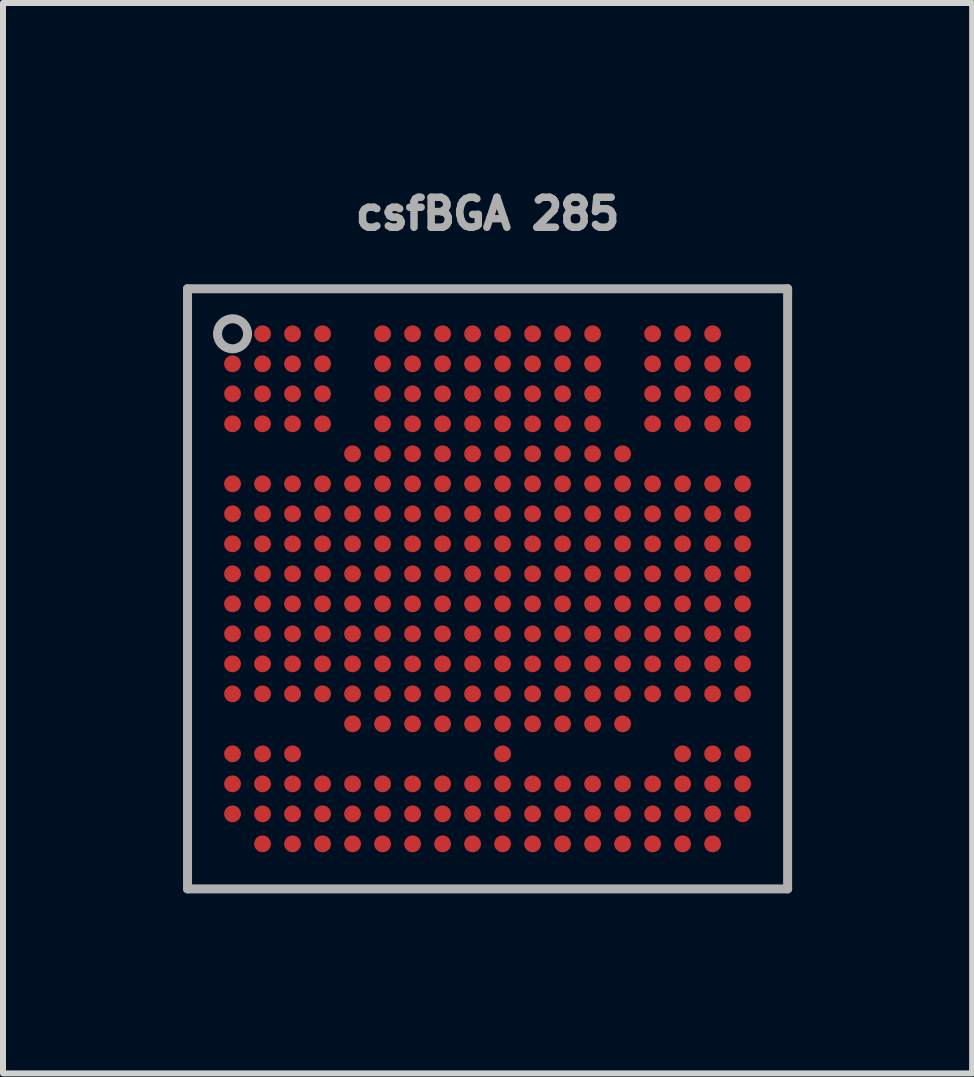
<source format=kicad_pcb>
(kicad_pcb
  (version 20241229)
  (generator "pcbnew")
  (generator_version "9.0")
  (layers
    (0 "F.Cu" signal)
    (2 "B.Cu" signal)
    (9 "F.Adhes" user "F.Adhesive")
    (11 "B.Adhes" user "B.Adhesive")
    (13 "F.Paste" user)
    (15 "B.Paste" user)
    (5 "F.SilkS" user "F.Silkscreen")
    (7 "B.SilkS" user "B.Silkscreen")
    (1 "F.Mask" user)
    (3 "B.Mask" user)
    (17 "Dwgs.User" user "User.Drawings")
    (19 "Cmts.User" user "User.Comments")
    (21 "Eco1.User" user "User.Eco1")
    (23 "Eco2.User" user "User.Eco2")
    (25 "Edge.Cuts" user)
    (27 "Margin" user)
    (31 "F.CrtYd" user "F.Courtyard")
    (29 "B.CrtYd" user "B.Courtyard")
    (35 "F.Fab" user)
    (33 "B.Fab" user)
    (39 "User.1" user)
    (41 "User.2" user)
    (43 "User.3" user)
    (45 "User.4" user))
  (footprint "csfBGA 285"
    (layer "F.Cu")
    (at 5.075 6.762)
    (property "Reference" "csfBGA 285" (at 0 -6.25 0) (layer "F.Fab") (effects (font (size 0.5 0.5) (thickness 0.125))))
    (attr through_hole)
    (fp_line (start -5 -5) (end -5 5) (stroke (width 0.15) (type solid)) (layer "F.Fab"))
    (fp_line (start -5 5) (end 5 5) (stroke (width 0.15) (type solid)) (layer "F.Fab"))
    (fp_line (start 5 -5) (end -5 -5) (stroke (width 0.15) (type solid)) (layer "F.Fab"))
    (fp_line (start 5 5) (end 5 -5) (stroke (width 0.15) (type solid)) (layer "F.Fab"))
    (fp_circle (center -4.25 -4.25) (end -4.25 -4) (stroke (width 0.15) (type solid)) (fill no) (layer "F.Fab"))
    (pad "A2" smd circle (at -3.75 -4.25) (size 0.28 0.28) (layers "F.Cu" "F.Mask" "F.Paste"))
    (pad "A3" smd circle (at -3.25 -4.25) (size 0.28 0.28) (layers "F.Cu" "F.Mask" "F.Paste"))
    (pad "A4" smd circle (at -2.75 -4.25) (size 0.28 0.28) (layers "F.Cu" "F.Mask" "F.Paste"))
    (pad "A6" smd circle (at -1.75 -4.25) (size 0.28 0.28) (layers "F.Cu" "F.Mask" "F.Paste"))
    (pad "A7" smd circle (at -1.25 -4.25) (size 0.28 0.28) (layers "F.Cu" "F.Mask" "F.Paste"))
    (pad "A8" smd circle (at -0.75 -4.25) (size 0.28 0.28) (layers "F.Cu" "F.Mask" "F.Paste"))
    (pad "A9" smd circle (at -0.25 -4.25) (size 0.28 0.28) (layers "F.Cu" "F.Mask" "F.Paste"))
    (pad "A10" smd circle (at 0.25 -4.25) (size 0.28 0.28) (layers "F.Cu" "F.Mask" "F.Paste"))
    (pad "A11" smd circle (at 0.75 -4.25) (size 0.28 0.28) (layers "F.Cu" "F.Mask" "F.Paste"))
    (pad "A12" smd circle (at 1.25 -4.25) (size 0.28 0.28) (layers "F.Cu" "F.Mask" "F.Paste"))
    (pad "A13" smd circle (at 1.75 -4.25) (size 0.28 0.28) (layers "F.Cu" "F.Mask" "F.Paste"))
    (pad "A15" smd circle (at 2.75 -4.25) (size 0.28 0.28) (layers "F.Cu" "F.Mask" "F.Paste"))
    (pad "A16" smd circle (at 3.25 -4.25) (size 0.28 0.28) (layers "F.Cu" "F.Mask" "F.Paste"))
    (pad "A17" smd circle (at 3.75 -4.25) (size 0.28 0.28) (layers "F.Cu" "F.Mask" "F.Paste"))
    (pad "B1" smd circle (at -4.25 -3.75) (size 0.28 0.28) (layers "F.Cu" "F.Mask" "F.Paste"))
    (pad "B2" smd circle (at -3.75 -3.75) (size 0.28 0.28) (layers "F.Cu" "F.Mask" "F.Paste"))
    (pad "B3" smd circle (at -3.25 -3.75) (size 0.28 0.28) (layers "F.Cu" "F.Mask" "F.Paste"))
    (pad "B4" smd circle (at -2.75 -3.75) (size 0.28 0.28) (layers "F.Cu" "F.Mask" "F.Paste"))
    (pad "B6" smd circle (at -1.75 -3.75) (size 0.28 0.28) (layers "F.Cu" "F.Mask" "F.Paste"))
    (pad "B7" smd circle (at -1.25 -3.75) (size 0.28 0.28) (layers "F.Cu" "F.Mask" "F.Paste"))
    (pad "B8" smd circle (at -0.75 -3.75) (size 0.28 0.28) (layers "F.Cu" "F.Mask" "F.Paste"))
    (pad "B9" smd circle (at -0.25 -3.75) (size 0.28 0.28) (layers "F.Cu" "F.Mask" "F.Paste"))
    (pad "B10" smd circle (at 0.25 -3.75) (size 0.28 0.28) (layers "F.Cu" "F.Mask" "F.Paste"))
    (pad "B11" smd circle (at 0.75 -3.75) (size 0.28 0.28) (layers "F.Cu" "F.Mask" "F.Paste"))
    (pad "B12" smd circle (at 1.25 -3.75) (size 0.28 0.28) (layers "F.Cu" "F.Mask" "F.Paste"))
    (pad "B13" smd circle (at 1.75 -3.75) (size 0.28 0.28) (layers "F.Cu" "F.Mask" "F.Paste"))
    (pad "B15" smd circle (at 2.75 -3.75) (size 0.28 0.28) (layers "F.Cu" "F.Mask" "F.Paste"))
    (pad "B16" smd circle (at 3.25 -3.75) (size 0.28 0.28) (layers "F.Cu" "F.Mask" "F.Paste"))
    (pad "B17" smd circle (at 3.75 -3.75) (size 0.28 0.28) (layers "F.Cu" "F.Mask" "F.Paste"))
    (pad "B18" smd circle (at 4.25 -3.75) (size 0.28 0.28) (layers "F.Cu" "F.Mask" "F.Paste"))
    (pad "C1" smd circle (at -4.25 -3.25) (size 0.28 0.28) (layers "F.Cu" "F.Mask" "F.Paste"))
    (pad "C2" smd circle (at -3.75 -3.25) (size 0.28 0.28) (layers "F.Cu" "F.Mask" "F.Paste"))
    (pad "C3" smd circle (at -3.25 -3.25) (size 0.28 0.28) (layers "F.Cu" "F.Mask" "F.Paste"))
    (pad "C4" smd circle (at -2.75 -3.25) (size 0.28 0.28) (layers "F.Cu" "F.Mask" "F.Paste"))
    (pad "C6" smd circle (at -1.75 -3.25) (size 0.28 0.28) (layers "F.Cu" "F.Mask" "F.Paste"))
    (pad "C7" smd circle (at -1.25 -3.25) (size 0.28 0.28) (layers "F.Cu" "F.Mask" "F.Paste"))
    (pad "C8" smd circle (at -0.75 -3.25) (size 0.28 0.28) (layers "F.Cu" "F.Mask" "F.Paste"))
    (pad "C9" smd circle (at -0.25 -3.25) (size 0.28 0.28) (layers "F.Cu" "F.Mask" "F.Paste"))
    (pad "C10" smd circle (at 0.25 -3.25) (size 0.28 0.28) (layers "F.Cu" "F.Mask" "F.Paste"))
    (pad "C11" smd circle (at 0.75 -3.25) (size 0.28 0.28) (layers "F.Cu" "F.Mask" "F.Paste"))
    (pad "C12" smd circle (at 1.25 -3.25) (size 0.28 0.28) (layers "F.Cu" "F.Mask" "F.Paste"))
    (pad "C13" smd circle (at 1.75 -3.25) (size 0.28 0.28) (layers "F.Cu" "F.Mask" "F.Paste"))
    (pad "C15" smd circle (at 2.75 -3.25) (size 0.28 0.28) (layers "F.Cu" "F.Mask" "F.Paste"))
    (pad "C16" smd circle (at 3.25 -3.25) (size 0.28 0.28) (layers "F.Cu" "F.Mask" "F.Paste"))
    (pad "C17" smd circle (at 3.75 -3.25) (size 0.28 0.28) (layers "F.Cu" "F.Mask" "F.Paste"))
    (pad "C18" smd circle (at 4.25 -3.25) (size 0.28 0.28) (layers "F.Cu" "F.Mask" "F.Paste"))
    (pad "D1" smd circle (at -4.25 -2.75) (size 0.28 0.28) (layers "F.Cu" "F.Mask" "F.Paste"))
    (pad "D2" smd circle (at -3.75 -2.75) (size 0.28 0.28) (layers "F.Cu" "F.Mask" "F.Paste"))
    (pad "D3" smd circle (at -3.25 -2.75) (size 0.28 0.28) (layers "F.Cu" "F.Mask" "F.Paste"))
    (pad "D4" smd circle (at -2.75 -2.75) (size 0.28 0.28) (layers "F.Cu" "F.Mask" "F.Paste"))
    (pad "D6" smd circle (at -1.75 -2.75) (size 0.28 0.28) (layers "F.Cu" "F.Mask" "F.Paste"))
    (pad "D7" smd circle (at -1.25 -2.75) (size 0.28 0.28) (layers "F.Cu" "F.Mask" "F.Paste"))
    (pad "D8" smd circle (at -0.75 -2.75) (size 0.28 0.28) (layers "F.Cu" "F.Mask" "F.Paste"))
    (pad "D9" smd circle (at -0.25 -2.75) (size 0.28 0.28) (layers "F.Cu" "F.Mask" "F.Paste"))
    (pad "D10" smd circle (at 0.25 -2.75) (size 0.28 0.28) (layers "F.Cu" "F.Mask" "F.Paste"))
    (pad "D11" smd circle (at 0.75 -2.75) (size 0.28 0.28) (layers "F.Cu" "F.Mask" "F.Paste"))
    (pad "D12" smd circle (at 1.25 -2.75) (size 0.28 0.28) (layers "F.Cu" "F.Mask" "F.Paste"))
    (pad "D13" smd circle (at 1.75 -2.75) (size 0.28 0.28) (layers "F.Cu" "F.Mask" "F.Paste"))
    (pad "D15" smd circle (at 2.75 -2.75) (size 0.28 0.28) (layers "F.Cu" "F.Mask" "F.Paste"))
    (pad "D16" smd circle (at 3.25 -2.75) (size 0.28 0.28) (layers "F.Cu" "F.Mask" "F.Paste"))
    (pad "D17" smd circle (at 3.75 -2.75) (size 0.28 0.28) (layers "F.Cu" "F.Mask" "F.Paste"))
    (pad "D18" smd circle (at 4.25 -2.75) (size 0.28 0.28) (layers "F.Cu" "F.Mask" "F.Paste"))
    (pad "E5" smd circle (at -2.25 -2.25) (size 0.28 0.28) (layers "F.Cu" "F.Mask" "F.Paste"))
    (pad "E6" smd circle (at -1.75 -2.25) (size 0.28 0.28) (layers "F.Cu" "F.Mask" "F.Paste"))
    (pad "E7" smd circle (at -1.25 -2.25) (size 0.28 0.28) (layers "F.Cu" "F.Mask" "F.Paste"))
    (pad "E8" smd circle (at -0.75 -2.25) (size 0.28 0.28) (layers "F.Cu" "F.Mask" "F.Paste"))
    (pad "E9" smd circle (at -0.25 -2.25) (size 0.28 0.28) (layers "F.Cu" "F.Mask" "F.Paste"))
    (pad "E10" smd circle (at 0.25 -2.25) (size 0.28 0.28) (layers "F.Cu" "F.Mask" "F.Paste"))
    (pad "E11" smd circle (at 0.75 -2.25) (size 0.28 0.28) (layers "F.Cu" "F.Mask" "F.Paste"))
    (pad "E12" smd circle (at 1.25 -2.25) (size 0.28 0.28) (layers "F.Cu" "F.Mask" "F.Paste"))
    (pad "E13" smd circle (at 1.75 -2.25) (size 0.28 0.28) (layers "F.Cu" "F.Mask" "F.Paste"))
    (pad "E14" smd circle (at 2.25 -2.25) (size 0.28 0.28) (layers "F.Cu" "F.Mask" "F.Paste"))
    (pad "F1" smd circle (at -4.25 -1.75) (size 0.28 0.28) (layers "F.Cu" "F.Mask" "F.Paste"))
    (pad "F2" smd circle (at -3.75 -1.75) (size 0.28 0.28) (layers "F.Cu" "F.Mask" "F.Paste"))
    (pad "F3" smd circle (at -3.25 -1.75) (size 0.28 0.28) (layers "F.Cu" "F.Mask" "F.Paste"))
    (pad "F4" smd circle (at -2.75 -1.75) (size 0.28 0.28) (layers "F.Cu" "F.Mask" "F.Paste"))
    (pad "F5" smd circle (at -2.25 -1.75) (size 0.28 0.28) (layers "F.Cu" "F.Mask" "F.Paste"))
    (pad "F6" smd circle (at -1.75 -1.75) (size 0.28 0.28) (layers "F.Cu" "F.Mask" "F.Paste"))
    (pad "F7" smd circle (at -1.25 -1.75) (size 0.28 0.28) (layers "F.Cu" "F.Mask" "F.Paste"))
    (pad "F8" smd circle (at -0.75 -1.75) (size 0.28 0.28) (layers "F.Cu" "F.Mask" "F.Paste"))
    (pad "F9" smd circle (at -0.25 -1.75) (size 0.28 0.28) (layers "F.Cu" "F.Mask" "F.Paste"))
    (pad "F10" smd circle (at 0.25 -1.75) (size 0.28 0.28) (layers "F.Cu" "F.Mask" "F.Paste"))
    (pad "F11" smd circle (at 0.75 -1.75) (size 0.28 0.28) (layers "F.Cu" "F.Mask" "F.Paste"))
    (pad "F12" smd circle (at 1.25 -1.75) (size 0.28 0.28) (layers "F.Cu" "F.Mask" "F.Paste"))
    (pad "F13" smd circle (at 1.75 -1.75) (size 0.28 0.28) (layers "F.Cu" "F.Mask" "F.Paste"))
    (pad "F14" smd circle (at 2.25 -1.75) (size 0.28 0.28) (layers "F.Cu" "F.Mask" "F.Paste"))
    (pad "F15" smd circle (at 2.75 -1.75) (size 0.28 0.28) (layers "F.Cu" "F.Mask" "F.Paste"))
    (pad "F16" smd circle (at 3.25 -1.75) (size 0.28 0.28) (layers "F.Cu" "F.Mask" "F.Paste"))
    (pad "F17" smd circle (at 3.75 -1.75) (size 0.28 0.28) (layers "F.Cu" "F.Mask" "F.Paste"))
    (pad "F18" smd circle (at 4.25 -1.75) (size 0.28 0.28) (layers "F.Cu" "F.Mask" "F.Paste"))
    (pad "G1" smd circle (at -4.25 -1.25) (size 0.28 0.28) (layers "F.Cu" "F.Mask" "F.Paste"))
    (pad "G2" smd circle (at -3.75 -1.25) (size 0.28 0.28) (layers "F.Cu" "F.Mask" "F.Paste"))
    (pad "G3" smd circle (at -3.25 -1.25) (size 0.28 0.28) (layers "F.Cu" "F.Mask" "F.Paste"))
    (pad "G4" smd circle (at -2.75 -1.25) (size 0.28 0.28) (layers "F.Cu" "F.Mask" "F.Paste"))
    (pad "G5" smd circle (at -2.25 -1.25) (size 0.28 0.28) (layers "F.Cu" "F.Mask" "F.Paste"))
    (pad "G6" smd circle (at -1.75 -1.25) (size 0.28 0.28) (layers "F.Cu" "F.Mask" "F.Paste"))
    (pad "G7" smd circle (at -1.25 -1.25) (size 0.28 0.28) (layers "F.Cu" "F.Mask" "F.Paste"))
    (pad "G8" smd circle (at -0.75 -1.25) (size 0.28 0.28) (layers "F.Cu" "F.Mask" "F.Paste"))
    (pad "G9" smd circle (at -0.25 -1.25) (size 0.28 0.28) (layers "F.Cu" "F.Mask" "F.Paste"))
    (pad "G10" smd circle (at 0.25 -1.25) (size 0.28 0.28) (layers "F.Cu" "F.Mask" "F.Paste"))
    (pad "G11" smd circle (at 0.75 -1.25) (size 0.28 0.28) (layers "F.Cu" "F.Mask" "F.Paste"))
    (pad "G12" smd circle (at 1.25 -1.25) (size 0.28 0.28) (layers "F.Cu" "F.Mask" "F.Paste"))
    (pad "G13" smd circle (at 1.75 -1.25) (size 0.28 0.28) (layers "F.Cu" "F.Mask" "F.Paste"))
    (pad "G14" smd circle (at 2.25 -1.25) (size 0.28 0.28) (layers "F.Cu" "F.Mask" "F.Paste"))
    (pad "G15" smd circle (at 2.75 -1.25) (size 0.28 0.28) (layers "F.Cu" "F.Mask" "F.Paste"))
    (pad "G16" smd circle (at 3.25 -1.25) (size 0.28 0.28) (layers "F.Cu" "F.Mask" "F.Paste"))
    (pad "G17" smd circle (at 3.75 -1.25) (size 0.28 0.28) (layers "F.Cu" "F.Mask" "F.Paste"))
    (pad "G18" smd circle (at 4.25 -1.25) (size 0.28 0.28) (layers "F.Cu" "F.Mask" "F.Paste"))
    (pad "H1" smd circle (at -4.25 -0.75) (size 0.28 0.28) (layers "F.Cu" "F.Mask" "F.Paste"))
    (pad "H2" smd circle (at -3.75 -0.75) (size 0.28 0.28) (layers "F.Cu" "F.Mask" "F.Paste"))
    (pad "H3" smd circle (at -3.25 -0.75) (size 0.28 0.28) (layers "F.Cu" "F.Mask" "F.Paste"))
    (pad "H4" smd circle (at -2.75 -0.75) (size 0.28 0.28) (layers "F.Cu" "F.Mask" "F.Paste"))
    (pad "H5" smd circle (at -2.25 -0.75) (size 0.28 0.28) (layers "F.Cu" "F.Mask" "F.Paste"))
    (pad "H6" smd circle (at -1.75 -0.75) (size 0.28 0.28) (layers "F.Cu" "F.Mask" "F.Paste"))
    (pad "H7" smd circle (at -1.25 -0.75) (size 0.28 0.28) (layers "F.Cu" "F.Mask" "F.Paste"))
    (pad "H8" smd circle (at -0.75 -0.75) (size 0.28 0.28) (layers "F.Cu" "F.Mask" "F.Paste"))
    (pad "H9" smd circle (at -0.25 -0.75) (size 0.28 0.28) (layers "F.Cu" "F.Mask" "F.Paste"))
    (pad "H10" smd circle (at 0.25 -0.75) (size 0.28 0.28) (layers "F.Cu" "F.Mask" "F.Paste"))
    (pad "H11" smd circle (at 0.75 -0.75) (size 0.28 0.28) (layers "F.Cu" "F.Mask" "F.Paste"))
    (pad "H12" smd circle (at 1.25 -0.75) (size 0.28 0.28) (layers "F.Cu" "F.Mask" "F.Paste"))
    (pad "H13" smd circle (at 1.75 -0.75) (size 0.28 0.28) (layers "F.Cu" "F.Mask" "F.Paste"))
    (pad "H14" smd circle (at 2.25 -0.75) (size 0.28 0.28) (layers "F.Cu" "F.Mask" "F.Paste"))
    (pad "H15" smd circle (at 2.75 -0.75) (size 0.28 0.28) (layers "F.Cu" "F.Mask" "F.Paste"))
    (pad "H16" smd circle (at 3.25 -0.75) (size 0.28 0.28) (layers "F.Cu" "F.Mask" "F.Paste"))
    (pad "H17" smd circle (at 3.75 -0.75) (size 0.28 0.28) (layers "F.Cu" "F.Mask" "F.Paste"))
    (pad "H18" smd circle (at 4.25 -0.75) (size 0.28 0.28) (layers "F.Cu" "F.Mask" "F.Paste"))
    (pad "J1" smd circle (at -4.25 -0.25) (size 0.28 0.28) (layers "F.Cu" "F.Mask" "F.Paste"))
    (pad "J2" smd circle (at -3.75 -0.25) (size 0.28 0.28) (layers "F.Cu" "F.Mask" "F.Paste"))
    (pad "J3" smd circle (at -3.25 -0.25) (size 0.28 0.28) (layers "F.Cu" "F.Mask" "F.Paste"))
    (pad "J4" smd circle (at -2.75 -0.25) (size 0.28 0.28) (layers "F.Cu" "F.Mask" "F.Paste"))
    (pad "J5" smd circle (at -2.25 -0.25) (size 0.28 0.28) (layers "F.Cu" "F.Mask" "F.Paste"))
    (pad "J6" smd circle (at -1.75 -0.25) (size 0.28 0.28) (layers "F.Cu" "F.Mask" "F.Paste"))
    (pad "J7" smd circle (at -1.25 -0.25) (size 0.28 0.28) (layers "F.Cu" "F.Mask" "F.Paste"))
    (pad "J8" smd circle (at -0.75 -0.25) (size 0.28 0.28) (layers "F.Cu" "F.Mask" "F.Paste"))
    (pad "J9" smd circle (at -0.25 -0.25) (size 0.28 0.28) (layers "F.Cu" "F.Mask" "F.Paste"))
    (pad "J10" smd circle (at 0.25 -0.25) (size 0.28 0.28) (layers "F.Cu" "F.Mask" "F.Paste"))
    (pad "J11" smd circle (at 0.75 -0.25) (size 0.28 0.28) (layers "F.Cu" "F.Mask" "F.Paste"))
    (pad "J12" smd circle (at 1.25 -0.25) (size 0.28 0.28) (layers "F.Cu" "F.Mask" "F.Paste"))
    (pad "J13" smd circle (at 1.75 -0.25) (size 0.28 0.28) (layers "F.Cu" "F.Mask" "F.Paste"))
    (pad "J14" smd circle (at 2.25 -0.25) (size 0.28 0.28) (layers "F.Cu" "F.Mask" "F.Paste"))
    (pad "J15" smd circle (at 2.75 -0.25) (size 0.28 0.28) (layers "F.Cu" "F.Mask" "F.Paste"))
    (pad "J16" smd circle (at 3.25 -0.25) (size 0.28 0.28) (layers "F.Cu" "F.Mask" "F.Paste"))
    (pad "J17" smd circle (at 3.75 -0.25) (size 0.28 0.28) (layers "F.Cu" "F.Mask" "F.Paste"))
    (pad "J18" smd circle (at 4.25 -0.25) (size 0.28 0.28) (layers "F.Cu" "F.Mask" "F.Paste"))
    (pad "K1" smd circle (at -4.25 0.25) (size 0.28 0.28) (layers "F.Cu" "F.Mask" "F.Paste"))
    (pad "K2" smd circle (at -3.75 0.25) (size 0.28 0.28) (layers "F.Cu" "F.Mask" "F.Paste"))
    (pad "K3" smd circle (at -3.25 0.25) (size 0.28 0.28) (layers "F.Cu" "F.Mask" "F.Paste"))
    (pad "K4" smd circle (at -2.75 0.25) (size 0.28 0.28) (layers "F.Cu" "F.Mask" "F.Paste"))
    (pad "K5" smd circle (at -2.25 0.25) (size 0.28 0.28) (layers "F.Cu" "F.Mask" "F.Paste"))
    (pad "K6" smd circle (at -1.75 0.25) (size 0.28 0.28) (layers "F.Cu" "F.Mask" "F.Paste"))
    (pad "K7" smd circle (at -1.25 0.25) (size 0.28 0.28) (layers "F.Cu" "F.Mask" "F.Paste"))
    (pad "K8" smd circle (at -0.75 0.25) (size 0.28 0.28) (layers "F.Cu" "F.Mask" "F.Paste"))
    (pad "K9" smd circle (at -0.25 0.25) (size 0.28 0.28) (layers "F.Cu" "F.Mask" "F.Paste"))
    (pad "K10" smd circle (at 0.25 0.25) (size 0.28 0.28) (layers "F.Cu" "F.Mask" "F.Paste"))
    (pad "K11" smd circle (at 0.75 0.25) (size 0.28 0.28) (layers "F.Cu" "F.Mask" "F.Paste"))
    (pad "K12" smd circle (at 1.25 0.25) (size 0.28 0.28) (layers "F.Cu" "F.Mask" "F.Paste"))
    (pad "K13" smd circle (at 1.75 0.25) (size 0.28 0.28) (layers "F.Cu" "F.Mask" "F.Paste"))
    (pad "K14" smd circle (at 2.25 0.25) (size 0.28 0.28) (layers "F.Cu" "F.Mask" "F.Paste"))
    (pad "K15" smd circle (at 2.75 0.25) (size 0.28 0.28) (layers "F.Cu" "F.Mask" "F.Paste"))
    (pad "K16" smd circle (at 3.25 0.25) (size 0.28 0.28) (layers "F.Cu" "F.Mask" "F.Paste"))
    (pad "K17" smd circle (at 3.75 0.25) (size 0.28 0.28) (layers "F.Cu" "F.Mask" "F.Paste"))
    (pad "K18" smd circle (at 4.25 0.25) (size 0.28 0.28) (layers "F.Cu" "F.Mask" "F.Paste"))
    (pad "L1" smd circle (at -4.25 0.75) (size 0.28 0.28) (layers "F.Cu" "F.Mask" "F.Paste"))
    (pad "L2" smd circle (at -3.75 0.75) (size 0.28 0.28) (layers "F.Cu" "F.Mask" "F.Paste"))
    (pad "L3" smd circle (at -3.25 0.75) (size 0.28 0.28) (layers "F.Cu" "F.Mask" "F.Paste"))
    (pad "L4" smd circle (at -2.75 0.75) (size 0.28 0.28) (layers "F.Cu" "F.Mask" "F.Paste"))
    (pad "L5" smd circle (at -2.25 0.75) (size 0.28 0.28) (layers "F.Cu" "F.Mask" "F.Paste"))
    (pad "L6" smd circle (at -1.75 0.75) (size 0.28 0.28) (layers "F.Cu" "F.Mask" "F.Paste"))
    (pad "L7" smd circle (at -1.25 0.75) (size 0.28 0.28) (layers "F.Cu" "F.Mask" "F.Paste"))
    (pad "L8" smd circle (at -0.75 0.75) (size 0.28 0.28) (layers "F.Cu" "F.Mask" "F.Paste"))
    (pad "L9" smd circle (at -0.25 0.75) (size 0.28 0.28) (layers "F.Cu" "F.Mask" "F.Paste"))
    (pad "L10" smd circle (at 0.25 0.75) (size 0.28 0.28) (layers "F.Cu" "F.Mask" "F.Paste"))
    (pad "L11" smd circle (at 0.75 0.75) (size 0.28 0.28) (layers "F.Cu" "F.Mask" "F.Paste"))
    (pad "L12" smd circle (at 1.25 0.75) (size 0.28 0.28) (layers "F.Cu" "F.Mask" "F.Paste"))
    (pad "L13" smd circle (at 1.75 0.75) (size 0.28 0.28) (layers "F.Cu" "F.Mask" "F.Paste"))
    (pad "L14" smd circle (at 2.25 0.75) (size 0.28 0.28) (layers "F.Cu" "F.Mask" "F.Paste"))
    (pad "L15" smd circle (at 2.75 0.75) (size 0.28 0.28) (layers "F.Cu" "F.Mask" "F.Paste"))
    (pad "L16" smd circle (at 3.25 0.75) (size 0.28 0.28) (layers "F.Cu" "F.Mask" "F.Paste"))
    (pad "L17" smd circle (at 3.75 0.75) (size 0.28 0.28) (layers "F.Cu" "F.Mask" "F.Paste"))
    (pad "L18" smd circle (at 4.25 0.75) (size 0.28 0.28) (layers "F.Cu" "F.Mask" "F.Paste"))
    (pad "M1" smd circle (at -4.25 1.25) (size 0.28 0.28) (layers "F.Cu" "F.Mask" "F.Paste"))
    (pad "M2" smd circle (at -3.75 1.25) (size 0.28 0.28) (layers "F.Cu" "F.Mask" "F.Paste"))
    (pad "M3" smd circle (at -3.25 1.25) (size 0.28 0.28) (layers "F.Cu" "F.Mask" "F.Paste"))
    (pad "M4" smd circle (at -2.75 1.25) (size 0.28 0.28) (layers "F.Cu" "F.Mask" "F.Paste"))
    (pad "M5" smd circle (at -2.25 1.25) (size 0.28 0.28) (layers "F.Cu" "F.Mask" "F.Paste"))
    (pad "M6" smd circle (at -1.75 1.25) (size 0.28 0.28) (layers "F.Cu" "F.Mask" "F.Paste"))
    (pad "M7" smd circle (at -1.25 1.25) (size 0.28 0.28) (layers "F.Cu" "F.Mask" "F.Paste"))
    (pad "M8" smd circle (at -0.75 1.25) (size 0.28 0.28) (layers "F.Cu" "F.Mask" "F.Paste"))
    (pad "M9" smd circle (at -0.25 1.25) (size 0.28 0.28) (layers "F.Cu" "F.Mask" "F.Paste"))
    (pad "M10" smd circle (at 0.25 1.25) (size 0.28 0.28) (layers "F.Cu" "F.Mask" "F.Paste"))
    (pad "M11" smd circle (at 0.75 1.25) (size 0.28 0.28) (layers "F.Cu" "F.Mask" "F.Paste"))
    (pad "M12" smd circle (at 1.25 1.25) (size 0.28 0.28) (layers "F.Cu" "F.Mask" "F.Paste"))
    (pad "M13" smd circle (at 1.75 1.25) (size 0.28 0.28) (layers "F.Cu" "F.Mask" "F.Paste"))
    (pad "M14" smd circle (at 2.25 1.25) (size 0.28 0.28) (layers "F.Cu" "F.Mask" "F.Paste"))
    (pad "M15" smd circle (at 2.75 1.25) (size 0.28 0.28) (layers "F.Cu" "F.Mask" "F.Paste"))
    (pad "M16" smd circle (at 3.25 1.25) (size 0.28 0.28) (layers "F.Cu" "F.Mask" "F.Paste"))
    (pad "M17" smd circle (at 3.75 1.25) (size 0.28 0.28) (layers "F.Cu" "F.Mask" "F.Paste"))
    (pad "M18" smd circle (at 4.25 1.25) (size 0.28 0.28) (layers "F.Cu" "F.Mask" "F.Paste"))
    (pad "N1" smd circle (at -4.25 1.75) (size 0.28 0.28) (layers "F.Cu" "F.Mask" "F.Paste"))
    (pad "N2" smd circle (at -3.75 1.75) (size 0.28 0.28) (layers "F.Cu" "F.Mask" "F.Paste"))
    (pad "N3" smd circle (at -3.25 1.75) (size 0.28 0.28) (layers "F.Cu" "F.Mask" "F.Paste"))
    (pad "N4" smd circle (at -2.75 1.75) (size 0.28 0.28) (layers "F.Cu" "F.Mask" "F.Paste"))
    (pad "N5" smd circle (at -2.25 1.75) (size 0.28 0.28) (layers "F.Cu" "F.Mask" "F.Paste"))
    (pad "N6" smd circle (at -1.75 1.75) (size 0.28 0.28) (layers "F.Cu" "F.Mask" "F.Paste"))
    (pad "N7" smd circle (at -1.25 1.75) (size 0.28 0.28) (layers "F.Cu" "F.Mask" "F.Paste"))
    (pad "N8" smd circle (at -0.75 1.75) (size 0.28 0.28) (layers "F.Cu" "F.Mask" "F.Paste"))
    (pad "N9" smd circle (at -0.25 1.75) (size 0.28 0.28) (layers "F.Cu" "F.Mask" "F.Paste"))
    (pad "N10" smd circle (at 0.25 1.75) (size 0.28 0.28) (layers "F.Cu" "F.Mask" "F.Paste"))
    (pad "N11" smd circle (at 0.75 1.75) (size 0.28 0.28) (layers "F.Cu" "F.Mask" "F.Paste"))
    (pad "N12" smd circle (at 1.25 1.75) (size 0.28 0.28) (layers "F.Cu" "F.Mask" "F.Paste"))
    (pad "N13" smd circle (at 1.75 1.75) (size 0.28 0.28) (layers "F.Cu" "F.Mask" "F.Paste"))
    (pad "N14" smd circle (at 2.25 1.75) (size 0.28 0.28) (layers "F.Cu" "F.Mask" "F.Paste"))
    (pad "N15" smd circle (at 2.75 1.75) (size 0.28 0.28) (layers "F.Cu" "F.Mask" "F.Paste"))
    (pad "N16" smd circle (at 3.25 1.75) (size 0.28 0.28) (layers "F.Cu" "F.Mask" "F.Paste"))
    (pad "N17" smd circle (at 3.75 1.75) (size 0.28 0.28) (layers "F.Cu" "F.Mask" "F.Paste"))
    (pad "N18" smd circle (at 4.25 1.75) (size 0.28 0.28) (layers "F.Cu" "F.Mask" "F.Paste"))
    (pad "P5" smd circle (at -2.25 2.25) (size 0.28 0.28) (layers "F.Cu" "F.Mask" "F.Paste"))
    (pad "P6" smd circle (at -1.75 2.25) (size 0.28 0.28) (layers "F.Cu" "F.Mask" "F.Paste"))
    (pad "P7" smd circle (at -1.25 2.25) (size 0.28 0.28) (layers "F.Cu" "F.Mask" "F.Paste"))
    (pad "P8" smd circle (at -0.75 2.25) (size 0.28 0.28) (layers "F.Cu" "F.Mask" "F.Paste"))
    (pad "P9" smd circle (at -0.25 2.25) (size 0.28 0.28) (layers "F.Cu" "F.Mask" "F.Paste"))
    (pad "P10" smd circle (at 0.25 2.25) (size 0.28 0.28) (layers "F.Cu" "F.Mask" "F.Paste"))
    (pad "P11" smd circle (at 0.75 2.25) (size 0.28 0.28) (layers "F.Cu" "F.Mask" "F.Paste"))
    (pad "P12" smd circle (at 1.25 2.25) (size 0.28 0.28) (layers "F.Cu" "F.Mask" "F.Paste"))
    (pad "P13" smd circle (at 1.75 2.25) (size 0.28 0.28) (layers "F.Cu" "F.Mask" "F.Paste"))
    (pad "P14" smd circle (at 2.25 2.25) (size 0.28 0.28) (layers "F.Cu" "F.Mask" "F.Paste"))
    (pad "R1" smd circle (at -4.25 2.75) (size 0.28 0.28) (layers "F.Cu" "F.Mask" "F.Paste"))
    (pad "R2" smd circle (at -3.75 2.75) (size 0.28 0.28) (layers "F.Cu" "F.Mask" "F.Paste"))
    (pad "R3" smd circle (at -3.25 2.75) (size 0.28 0.28) (layers "F.Cu" "F.Mask" "F.Paste"))
    (pad "R10" smd circle (at 0.25 2.75) (size 0.28 0.28) (layers "F.Cu" "F.Mask" "F.Paste"))
    (pad "R16" smd circle (at 3.25 2.75) (size 0.28 0.28) (layers "F.Cu" "F.Mask" "F.Paste"))
    (pad "R17" smd circle (at 3.75 2.75) (size 0.28 0.28) (layers "F.Cu" "F.Mask" "F.Paste"))
    (pad "R18" smd circle (at 4.25 2.75) (size 0.28 0.28) (layers "F.Cu" "F.Mask" "F.Paste"))
    (pad "T1" smd circle (at -4.25 3.25) (size 0.28 0.28) (layers "F.Cu" "F.Mask" "F.Paste"))
    (pad "T2" smd circle (at -3.75 3.25) (size 0.28 0.28) (layers "F.Cu" "F.Mask" "F.Paste"))
    (pad "T3" smd circle (at -3.25 3.25) (size 0.28 0.28) (layers "F.Cu" "F.Mask" "F.Paste"))
    (pad "T4" smd circle (at -2.75 3.25) (size 0.28 0.28) (layers "F.Cu" "F.Mask" "F.Paste"))
    (pad "T5" smd circle (at -2.25 3.25) (size 0.28 0.28) (layers "F.Cu" "F.Mask" "F.Paste"))
    (pad "T6" smd circle (at -1.75 3.25) (size 0.28 0.28) (layers "F.Cu" "F.Mask" "F.Paste"))
    (pad "T7" smd circle (at -1.25 3.25) (size 0.28 0.28) (layers "F.Cu" "F.Mask" "F.Paste"))
    (pad "T8" smd circle (at -0.75 3.25) (size 0.28 0.28) (layers "F.Cu" "F.Mask" "F.Paste"))
    (pad "T9" smd circle (at -0.25 3.25) (size 0.28 0.28) (layers "F.Cu" "F.Mask" "F.Paste"))
    (pad "T10" smd circle (at 0.25 3.25) (size 0.28 0.28) (layers "F.Cu" "F.Mask" "F.Paste"))
    (pad "T11" smd circle (at 0.75 3.25) (size 0.28 0.28) (layers "F.Cu" "F.Mask" "F.Paste"))
    (pad "T12" smd circle (at 1.25 3.25) (size 0.28 0.28) (layers "F.Cu" "F.Mask" "F.Paste"))
    (pad "T13" smd circle (at 1.75 3.25) (size 0.28 0.28) (layers "F.Cu" "F.Mask" "F.Paste"))
    (pad "T14" smd circle (at 2.25 3.25) (size 0.28 0.28) (layers "F.Cu" "F.Mask" "F.Paste"))
    (pad "T15" smd circle (at 2.75 3.25) (size 0.28 0.28) (layers "F.Cu" "F.Mask" "F.Paste"))
    (pad "T16" smd circle (at 3.25 3.25) (size 0.28 0.28) (layers "F.Cu" "F.Mask" "F.Paste"))
    (pad "T17" smd circle (at 3.75 3.25) (size 0.28 0.28) (layers "F.Cu" "F.Mask" "F.Paste"))
    (pad "T18" smd circle (at 4.25 3.25) (size 0.28 0.28) (layers "F.Cu" "F.Mask" "F.Paste"))
    (pad "U1" smd circle (at -4.25 3.75) (size 0.28 0.28) (layers "F.Cu" "F.Mask" "F.Paste"))
    (pad "U2" smd circle (at -3.75 3.75) (size 0.28 0.28) (layers "F.Cu" "F.Mask" "F.Paste"))
    (pad "U3" smd circle (at -3.25 3.75) (size 0.28 0.28) (layers "F.Cu" "F.Mask" "F.Paste"))
    (pad "U4" smd circle (at -2.75 3.75) (size 0.28 0.28) (layers "F.Cu" "F.Mask" "F.Paste"))
    (pad "U5" smd circle (at -2.25 3.75) (size 0.28 0.28) (layers "F.Cu" "F.Mask" "F.Paste"))
    (pad "U6" smd circle (at -1.75 3.75) (size 0.28 0.28) (layers "F.Cu" "F.Mask" "F.Paste"))
    (pad "U7" smd circle (at -1.25 3.75) (size 0.28 0.28) (layers "F.Cu" "F.Mask" "F.Paste"))
    (pad "U8" smd circle (at -0.75 3.75) (size 0.28 0.28) (layers "F.Cu" "F.Mask" "F.Paste"))
    (pad "U9" smd circle (at -0.25 3.75) (size 0.28 0.28) (layers "F.Cu" "F.Mask" "F.Paste"))
    (pad "U10" smd circle (at 0.25 3.75) (size 0.28 0.28) (layers "F.Cu" "F.Mask" "F.Paste"))
    (pad "U11" smd circle (at 0.75 3.75) (size 0.28 0.28) (layers "F.Cu" "F.Mask" "F.Paste"))
    (pad "U12" smd circle (at 1.25 3.75) (size 0.28 0.28) (layers "F.Cu" "F.Mask" "F.Paste"))
    (pad "U13" smd circle (at 1.75 3.75) (size 0.28 0.28) (layers "F.Cu" "F.Mask" "F.Paste"))
    (pad "U14" smd circle (at 2.25 3.75) (size 0.28 0.28) (layers "F.Cu" "F.Mask" "F.Paste"))
    (pad "U15" smd circle (at 2.75 3.75) (size 0.28 0.28) (layers "F.Cu" "F.Mask" "F.Paste"))
    (pad "U16" smd circle (at 3.25 3.75) (size 0.28 0.28) (layers "F.Cu" "F.Mask" "F.Paste"))
    (pad "U17" smd circle (at 3.75 3.75) (size 0.28 0.28) (layers "F.Cu" "F.Mask" "F.Paste"))
    (pad "U18" smd circle (at 4.25 3.75) (size 0.28 0.28) (layers "F.Cu" "F.Mask" "F.Paste"))
    (pad "V2" smd circle (at -3.75 4.25) (size 0.28 0.28) (layers "F.Cu" "F.Mask" "F.Paste"))
    (pad "V3" smd circle (at -3.25 4.25) (size 0.28 0.28) (layers "F.Cu" "F.Mask" "F.Paste"))
    (pad "V4" smd circle (at -2.75 4.25) (size 0.28 0.28) (layers "F.Cu" "F.Mask" "F.Paste"))
    (pad "V5" smd circle (at -2.25 4.25) (size 0.28 0.28) (layers "F.Cu" "F.Mask" "F.Paste"))
    (pad "V6" smd circle (at -1.75 4.25) (size 0.28 0.28) (layers "F.Cu" "F.Mask" "F.Paste"))
    (pad "V7" smd circle (at -1.25 4.25) (size 0.28 0.28) (layers "F.Cu" "F.Mask" "F.Paste"))
    (pad "V8" smd circle (at -0.75 4.25) (size 0.28 0.28) (layers "F.Cu" "F.Mask" "F.Paste"))
    (pad "V9" smd circle (at -0.25 4.25) (size 0.28 0.28) (layers "F.Cu" "F.Mask" "F.Paste"))
    (pad "V10" smd circle (at 0.25 4.25) (size 0.28 0.28) (layers "F.Cu" "F.Mask" "F.Paste"))
    (pad "V11" smd circle (at 0.75 4.25) (size 0.28 0.28) (layers "F.Cu" "F.Mask" "F.Paste"))
    (pad "V12" smd circle (at 1.25 4.25) (size 0.28 0.28) (layers "F.Cu" "F.Mask" "F.Paste"))
    (pad "V13" smd circle (at 1.75 4.25) (size 0.28 0.28) (layers "F.Cu" "F.Mask" "F.Paste"))
    (pad "V14" smd circle (at 2.25 4.25) (size 0.28 0.28) (layers "F.Cu" "F.Mask" "F.Paste"))
    (pad "V15" smd circle (at 2.75 4.25) (size 0.28 0.28) (layers "F.Cu" "F.Mask" "F.Paste"))
    (pad "V16" smd circle (at 3.25 4.25) (size 0.28 0.28) (layers "F.Cu" "F.Mask" "F.Paste"))
    (pad "V17" smd circle (at 3.75 4.25) (size 0.28 0.28) (layers "F.Cu" "F.Mask" "F.Paste")))
  (gr_rect
    (start -3 -3)
    (end 13.15 14.837)
    (stroke (width 0.1) (type default))
    (fill no)
    (layer "Edge.Cuts")))
</source>
